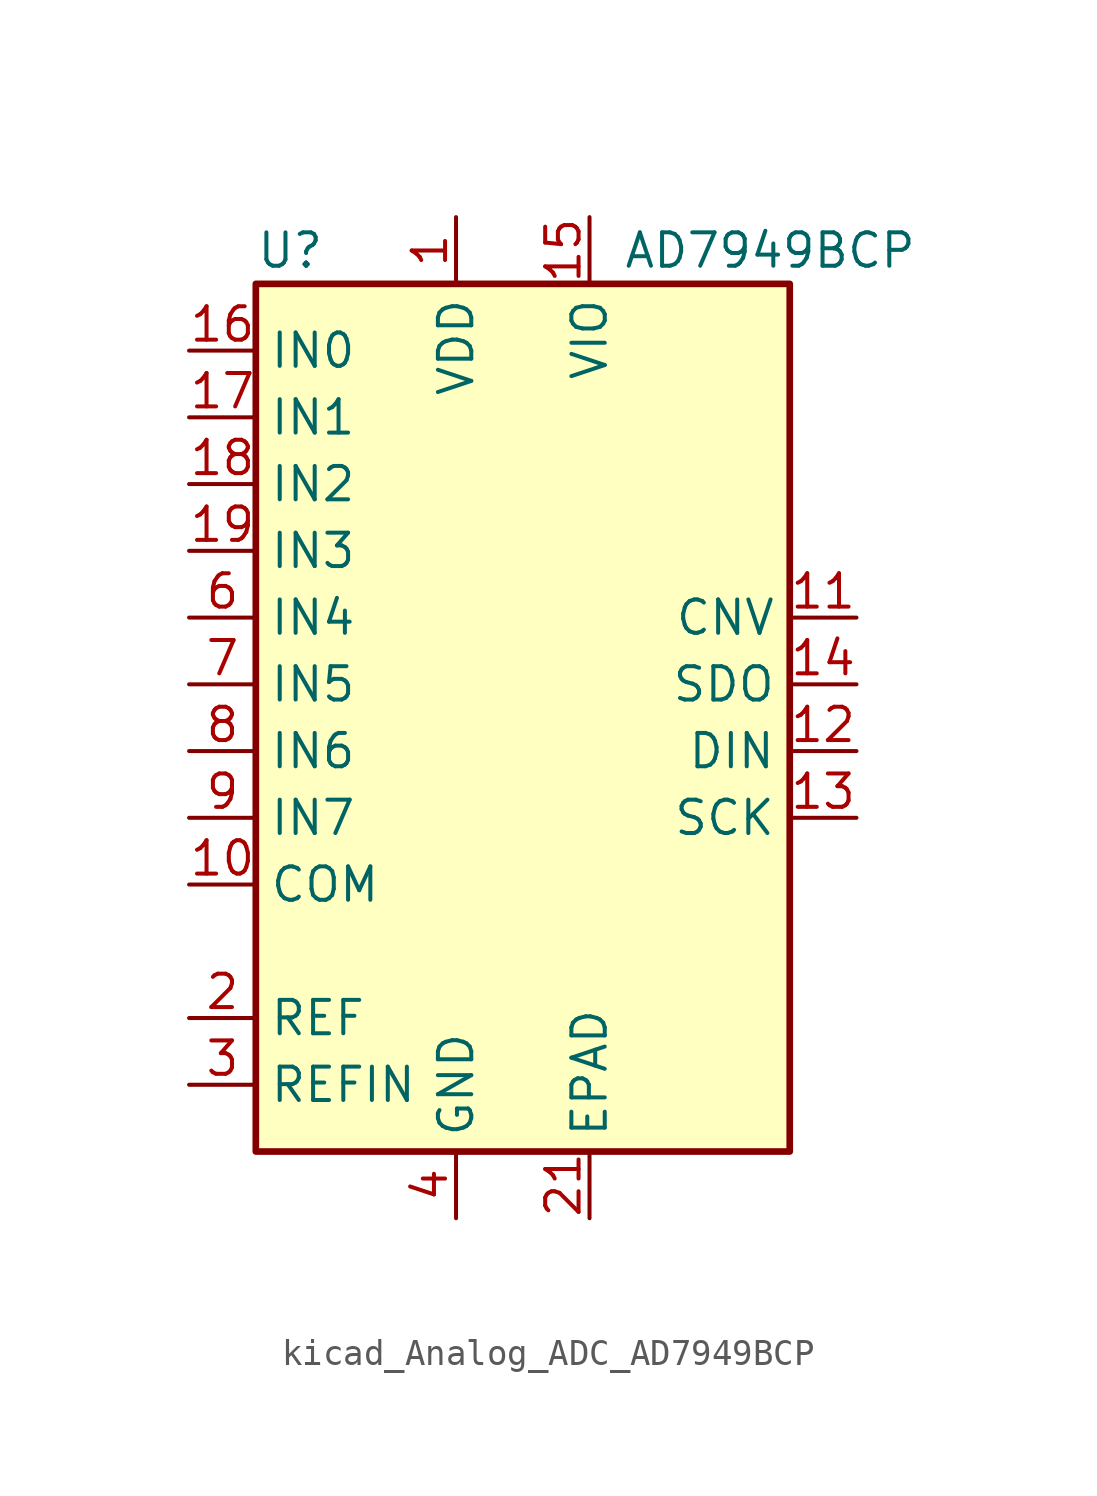
<source format=kicad_sym>
(kicad_symbol_lib
  (version 20220914)
  (generator kicad_symbol_editor)
  (symbol "kicad_Analog_ADC_AD7949BCP"
    (property "Reference" "U"
      (at -10.16 16.51 0)
      (effects (font (size 1.27 1.27)) (justify left)))
    (property "Value" "AD7949BCP"
      (at 3.81 16.51 0)
      (effects (font (size 1.27 1.27)) (justify left)))
    (symbol "kicad_Analog_ADC_AD7949BCP_0_1"
      (rectangle (start -10.16 15.24) (end 10.16 -17.78) (stroke (width 0.254) (type default)) (fill (type background))))
    (symbol "kicad_Analog_ADC_AD7949BCP_1_1"
      (pin power_in line (at -2.54 17.78 270) (length 2.54) (name "VDD" (effects (font (size 1.27 1.27)))) (number "1" (effects (font (size 1.27 1.27)))))
      (pin input line (at -12.7 -7.62 0) (length 2.54) (name "COM" (effects (font (size 1.27 1.27)))) (number "10" (effects (font (size 1.27 1.27)))))
      (pin input line (at 12.7 2.54 180) (length 2.54) (name "CNV" (effects (font (size 1.27 1.27)))) (number "11" (effects (font (size 1.27 1.27)))))
      (pin input line (at 12.7 -2.54 180) (length 2.54) (name "DIN" (effects (font (size 1.27 1.27)))) (number "12" (effects (font (size 1.27 1.27)))))
      (pin input line (at 12.7 -5.08 180) (length 2.54) (name "SCK" (effects (font (size 1.27 1.27)))) (number "13" (effects (font (size 1.27 1.27)))))
      (pin output line (at 12.7 0 180) (length 2.54) (name "SDO" (effects (font (size 1.27 1.27)))) (number "14" (effects (font (size 1.27 1.27)))))
      (pin power_in line (at 2.54 17.78 270) (length 2.54) (name "VIO" (effects (font (size 1.27 1.27)))) (number "15" (effects (font (size 1.27 1.27)))))
      (pin input line (at -12.7 12.7 0) (length 2.54) (name "IN0" (effects (font (size 1.27 1.27)))) (number "16" (effects (font (size 1.27 1.27)))))
      (pin input line (at -12.7 10.16 0) (length 2.54) (name "IN1" (effects (font (size 1.27 1.27)))) (number "17" (effects (font (size 1.27 1.27)))))
      (pin input line (at -12.7 7.62 0) (length 2.54) (name "IN2" (effects (font (size 1.27 1.27)))) (number "18" (effects (font (size 1.27 1.27)))))
      (pin input line (at -12.7 5.08 0) (length 2.54) (name "IN3" (effects (font (size 1.27 1.27)))) (number "19" (effects (font (size 1.27 1.27)))))
      (pin passive line (at -12.7 -12.7 0) (length 2.54) (name "REF" (effects (font (size 1.27 1.27)))) (number "2" (effects (font (size 1.27 1.27)))))
      (pin passive line (at -2.54 17.78 270) (length 2.54) hide (name "VDD" (effects (font (size 1.27 1.27)))) (number "20" (effects (font (size 1.27 1.27)))))
      (pin power_in line (at 2.54 -20.32 90) (length 2.54) (name "EPAD" (effects (font (size 1.27 1.27)))) (number "21" (effects (font (size 1.27 1.27)))))
      (pin passive line (at -12.7 -15.24 0) (length 2.54) (name "REFIN" (effects (font (size 1.27 1.27)))) (number "3" (effects (font (size 1.27 1.27)))))
      (pin power_in line (at -2.54 -20.32 90) (length 2.54) (name "GND" (effects (font (size 1.27 1.27)))) (number "4" (effects (font (size 1.27 1.27)))))
      (pin passive line (at -2.54 -20.32 90) (length 2.54) hide (name "GND" (effects (font (size 1.27 1.27)))) (number "5" (effects (font (size 1.27 1.27)))))
      (pin input line (at -12.7 2.54 0) (length 2.54) (name "IN4" (effects (font (size 1.27 1.27)))) (number "6" (effects (font (size 1.27 1.27)))))
      (pin input line (at -12.7 0 0) (length 2.54) (name "IN5" (effects (font (size 1.27 1.27)))) (number "7" (effects (font (size 1.27 1.27)))))
      (pin input line (at -12.7 -2.54 0) (length 2.54) (name "IN6" (effects (font (size 1.27 1.27)))) (number "8" (effects (font (size 1.27 1.27)))))
      (pin input line (at -12.7 -5.08 0) (length 2.54) (name "IN7" (effects (font (size 1.27 1.27)))) (number "9" (effects (font (size 1.27 1.27))))))))
</source>
